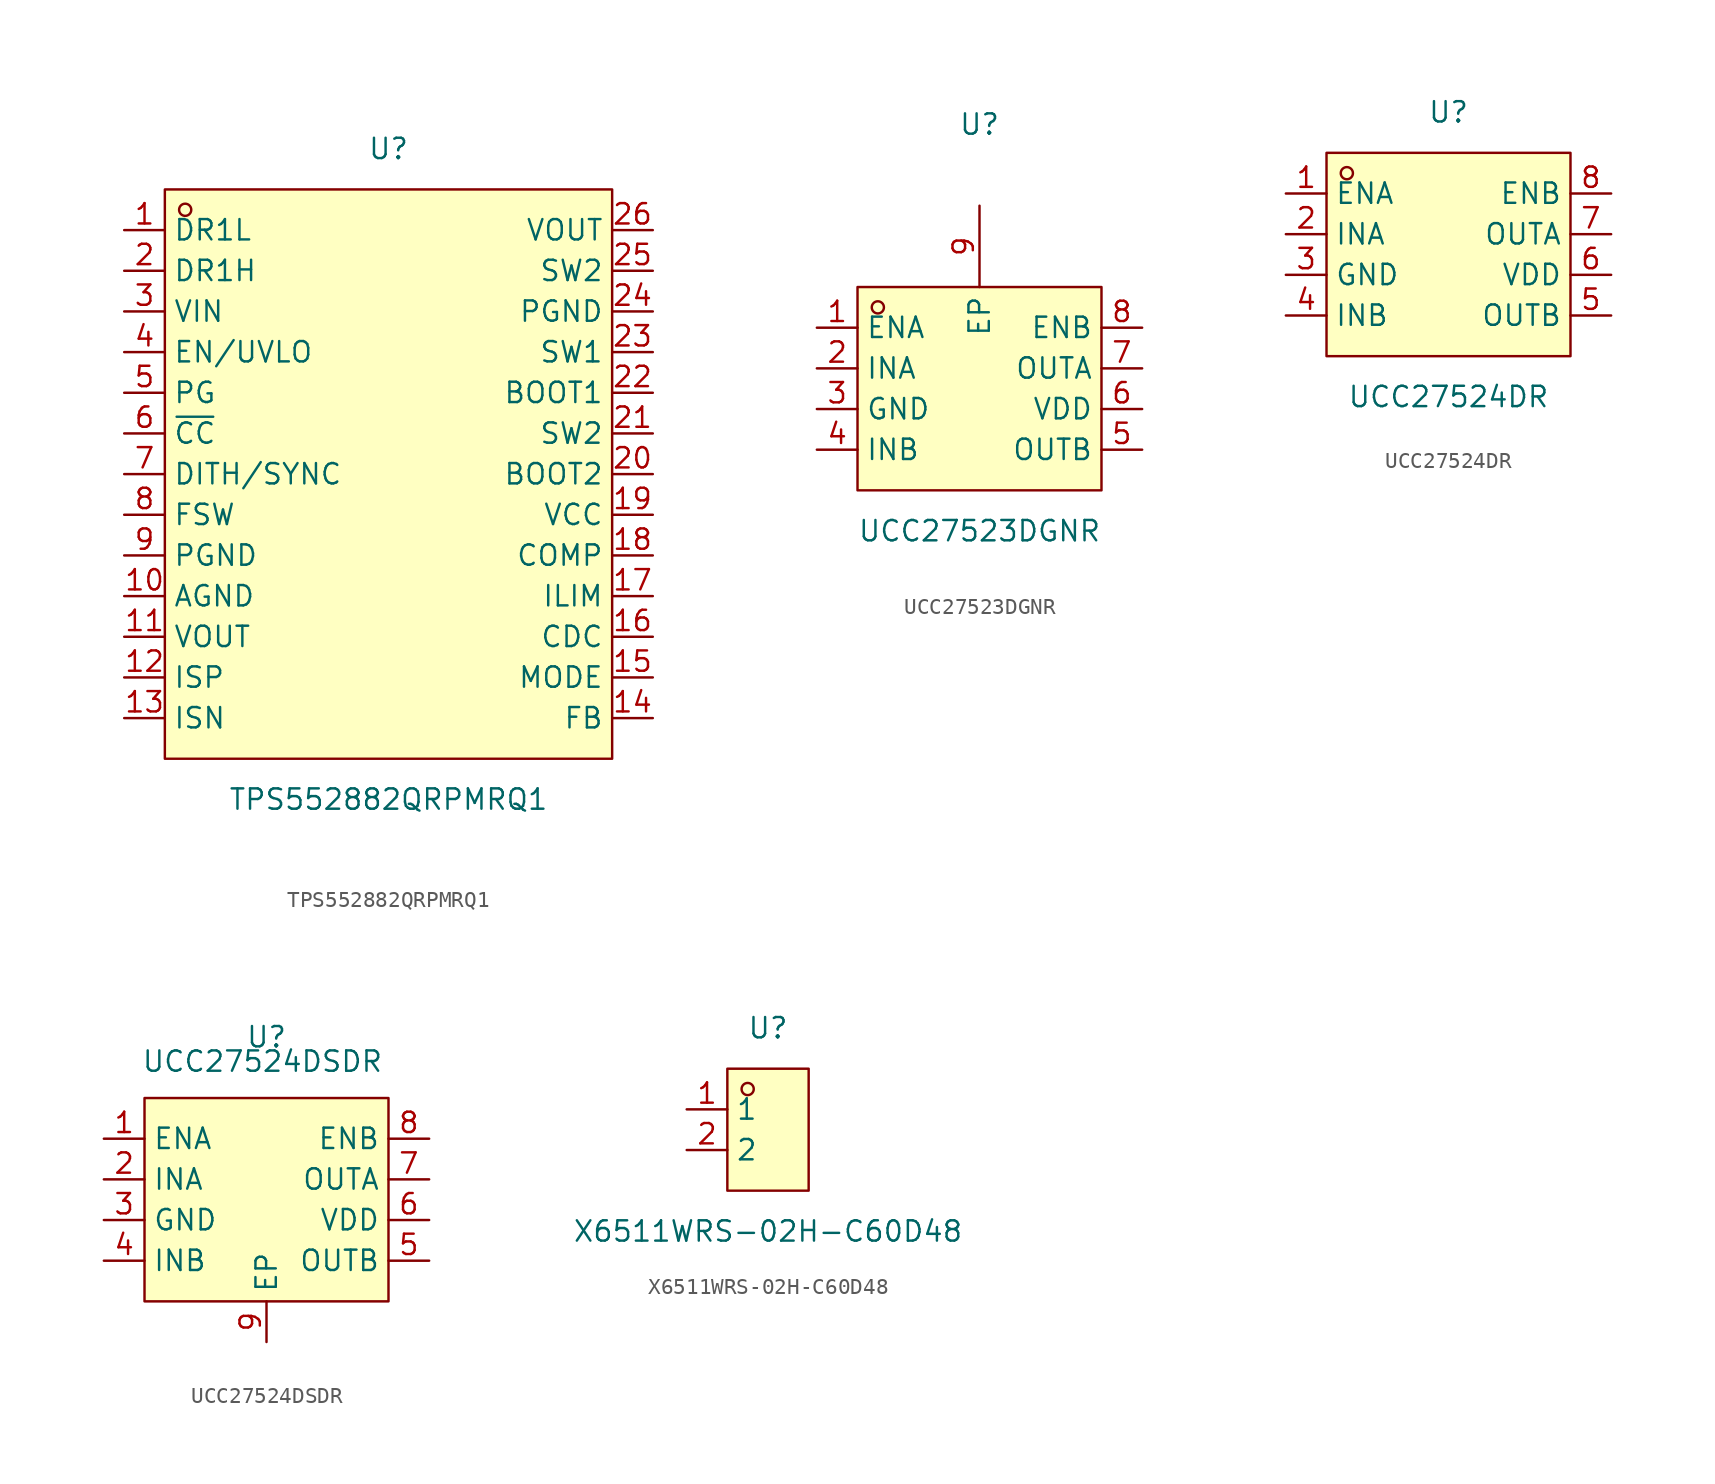
<source format=kicad_sym>
(kicad_symbol_lib
  (version 20231120)
  (generator "kicad_symbol_editor")
  (generator_version "8.0")
  (symbol "TPS552882QRPMRQ1"
    (property "Reference" "U"
      (at 0 20.32 0)
      (effects (font (size 1.27 1.27))))
    (property "Value" "TPS552882QRPMRQ1"
      (at 0 -20.32 0)
      (effects (font (size 1.27 1.27))))
    (symbol "TPS552882QRPMRQ1_0_1"
      (rectangle (start -13.97 17.78) (end 13.97 -17.78) (stroke (width 0) (type default)) (fill (type background)))
      (circle (center -12.7 16.51) (radius 0.38) (stroke (width 0) (type default)) (fill (type none)))
      (pin unspecified line (at -16.51 15.24 0) (length 2.54) (name "DR1L" (effects (font (size 1.27 1.27)))) (number "1" (effects (font (size 1.27 1.27)))))
      (pin unspecified line (at -16.51 -7.62 0) (length 2.54) (name "AGND" (effects (font (size 1.27 1.27)))) (number "10" (effects (font (size 1.27 1.27)))))
      (pin unspecified line (at -16.51 -10.16 0) (length 2.54) (name "VOUT" (effects (font (size 1.27 1.27)))) (number "11" (effects (font (size 1.27 1.27)))))
      (pin unspecified line (at -16.51 -12.7 0) (length 2.54) (name "ISP" (effects (font (size 1.27 1.27)))) (number "12" (effects (font (size 1.27 1.27)))))
      (pin unspecified line (at -16.51 -15.24 0) (length 2.54) (name "ISN" (effects (font (size 1.27 1.27)))) (number "13" (effects (font (size 1.27 1.27)))))
      (pin unspecified line (at 16.51 -15.24 180) (length 2.54) (name "FB" (effects (font (size 1.27 1.27)))) (number "14" (effects (font (size 1.27 1.27)))))
      (pin unspecified line (at 16.51 -12.7 180) (length 2.54) (name "MODE" (effects (font (size 1.27 1.27)))) (number "15" (effects (font (size 1.27 1.27)))))
      (pin unspecified line (at 16.51 -10.16 180) (length 2.54) (name "CDC" (effects (font (size 1.27 1.27)))) (number "16" (effects (font (size 1.27 1.27)))))
      (pin unspecified line (at 16.51 -7.62 180) (length 2.54) (name "ILIM" (effects (font (size 1.27 1.27)))) (number "17" (effects (font (size 1.27 1.27)))))
      (pin unspecified line (at 16.51 -5.08 180) (length 2.54) (name "COMP" (effects (font (size 1.27 1.27)))) (number "18" (effects (font (size 1.27 1.27)))))
      (pin unspecified line (at 16.51 -2.54 180) (length 2.54) (name "VCC" (effects (font (size 1.27 1.27)))) (number "19" (effects (font (size 1.27 1.27)))))
      (pin unspecified line (at -16.51 12.7 0) (length 2.54) (name "DR1H" (effects (font (size 1.27 1.27)))) (number "2" (effects (font (size 1.27 1.27)))))
      (pin unspecified line (at 16.51 0 180) (length 2.54) (name "BOOT2" (effects (font (size 1.27 1.27)))) (number "20" (effects (font (size 1.27 1.27)))))
      (pin unspecified line (at 16.51 2.54 180) (length 2.54) (name "SW2" (effects (font (size 1.27 1.27)))) (number "21" (effects (font (size 1.27 1.27)))))
      (pin unspecified line (at 16.51 5.08 180) (length 2.54) (name "BOOT1" (effects (font (size 1.27 1.27)))) (number "22" (effects (font (size 1.27 1.27)))))
      (pin unspecified line (at 16.51 7.62 180) (length 2.54) (name "SW1" (effects (font (size 1.27 1.27)))) (number "23" (effects (font (size 1.27 1.27)))))
      (pin unspecified line (at 16.51 10.16 180) (length 2.54) (name "PGND" (effects (font (size 1.27 1.27)))) (number "24" (effects (font (size 1.27 1.27)))))
      (pin unspecified line (at 16.51 12.7 180) (length 2.54) (name "SW2" (effects (font (size 1.27 1.27)))) (number "25" (effects (font (size 1.27 1.27)))))
      (pin unspecified line (at 16.51 15.24 180) (length 2.54) (name "VOUT" (effects (font (size 1.27 1.27)))) (number "26" (effects (font (size 1.27 1.27)))))
      (pin unspecified line (at -16.51 10.16 0) (length 2.54) (name "VIN" (effects (font (size 1.27 1.27)))) (number "3" (effects (font (size 1.27 1.27)))))
      (pin unspecified line (at -16.51 7.62 0) (length 2.54) (name "EN/UVLO" (effects (font (size 1.27 1.27)))) (number "4" (effects (font (size 1.27 1.27)))))
      (pin unspecified line (at -16.51 5.08 0) (length 2.54) (name "PG" (effects (font (size 1.27 1.27)))) (number "5" (effects (font (size 1.27 1.27)))))
      (pin unspecified line (at -16.51 2.54 0) (length 2.54) (name "~{CC}" (effects (font (size 1.27 1.27)))) (number "6" (effects (font (size 1.27 1.27)))))
      (pin unspecified line (at -16.51 0 0) (length 2.54) (name "DITH/SYNC" (effects (font (size 1.27 1.27)))) (number "7" (effects (font (size 1.27 1.27)))))
      (pin unspecified line (at -16.51 -2.54 0) (length 2.54) (name "FSW" (effects (font (size 1.27 1.27)))) (number "8" (effects (font (size 1.27 1.27)))))
      (pin unspecified line (at -16.51 -5.08 0) (length 2.54) (name "PGND" (effects (font (size 1.27 1.27)))) (number "9" (effects (font (size 1.27 1.27)))))))
  (symbol "UCC27523DGNR"
    (property "Reference" "U"
      (at 0 16.51 0)
      (effects (font (size 1.27 1.27))))
    (property "Value" "UCC27523DGNR"
      (at 0 -8.89 0)
      (effects (font (size 1.27 1.27))))
    (symbol "UCC27523DGNR_0_1"
      (rectangle (start -7.62 6.35) (end 7.62 -6.35) (stroke (width 0) (type default)) (fill (type background)))
      (circle (center -6.35 5.08) (radius 0.38) (stroke (width 0) (type default)) (fill (type none)))
      (pin unspecified line (at -10.16 3.81 0) (length 2.54) (name "ENA" (effects (font (size 1.27 1.27)))) (number "1" (effects (font (size 1.27 1.27)))))
      (pin unspecified line (at -10.16 1.27 0) (length 2.54) (name "INA" (effects (font (size 1.27 1.27)))) (number "2" (effects (font (size 1.27 1.27)))))
      (pin unspecified line (at -10.16 -1.27 0) (length 2.54) (name "GND" (effects (font (size 1.27 1.27)))) (number "3" (effects (font (size 1.27 1.27)))))
      (pin unspecified line (at -10.16 -3.81 0) (length 2.54) (name "INB" (effects (font (size 1.27 1.27)))) (number "4" (effects (font (size 1.27 1.27)))))
      (pin unspecified line (at 10.16 -3.81 180) (length 2.54) (name "OUTB" (effects (font (size 1.27 1.27)))) (number "5" (effects (font (size 1.27 1.27)))))
      (pin unspecified line (at 10.16 -1.27 180) (length 2.54) (name "VDD" (effects (font (size 1.27 1.27)))) (number "6" (effects (font (size 1.27 1.27)))))
      (pin unspecified line (at 10.16 1.27 180) (length 2.54) (name "OUTA" (effects (font (size 1.27 1.27)))) (number "7" (effects (font (size 1.27 1.27)))))
      (pin unspecified line (at 10.16 3.81 180) (length 2.54) (name "ENB" (effects (font (size 1.27 1.27)))) (number "8" (effects (font (size 1.27 1.27)))))
      (pin unspecified line (at 0 11.43 270) (length 5.08) (name "EP" (effects (font (size 1.27 1.27)))) (number "9" (effects (font (size 1.27 1.27)))))))
  (symbol "UCC27524DR"
    (property "Reference" "U"
      (at 0 8.89 0)
      (effects (font (size 1.27 1.27))))
    (property "Value" "UCC27524DR"
      (at 0 -8.89 0)
      (effects (font (size 1.27 1.27))))
    (symbol "UCC27524DR_0_1"
      (rectangle (start -7.62 6.35) (end 7.62 -6.35) (stroke (width 0) (type default)) (fill (type background)))
      (circle (center -6.35 5.08) (radius 0.38) (stroke (width 0) (type default)) (fill (type none)))
      (pin unspecified line (at -10.16 3.81 0) (length 2.54) (name "ENA" (effects (font (size 1.27 1.27)))) (number "1" (effects (font (size 1.27 1.27)))))
      (pin unspecified line (at -10.16 1.27 0) (length 2.54) (name "INA" (effects (font (size 1.27 1.27)))) (number "2" (effects (font (size 1.27 1.27)))))
      (pin unspecified line (at -10.16 -1.27 0) (length 2.54) (name "GND" (effects (font (size 1.27 1.27)))) (number "3" (effects (font (size 1.27 1.27)))))
      (pin unspecified line (at -10.16 -3.81 0) (length 2.54) (name "INB" (effects (font (size 1.27 1.27)))) (number "4" (effects (font (size 1.27 1.27)))))
      (pin unspecified line (at 10.16 -3.81 180) (length 2.54) (name "OUTB" (effects (font (size 1.27 1.27)))) (number "5" (effects (font (size 1.27 1.27)))))
      (pin unspecified line (at 10.16 -1.27 180) (length 2.54) (name "VDD" (effects (font (size 1.27 1.27)))) (number "6" (effects (font (size 1.27 1.27)))))
      (pin unspecified line (at 10.16 1.27 180) (length 2.54) (name "OUTA" (effects (font (size 1.27 1.27)))) (number "7" (effects (font (size 1.27 1.27)))))
      (pin unspecified line (at 10.16 3.81 180) (length 2.54) (name "ENB" (effects (font (size 1.27 1.27)))) (number "8" (effects (font (size 1.27 1.27)))))))
  (symbol "UCC27524DSDR"
    (property "Reference" "U"
      (at 0 10.16 0)
      (effects (font (size 1.27 1.27))))
    (property "Value" "UCC27524DSDR"
      (at -0.254 8.636 0)
      (effects (font (size 1.27 1.27))))
    (symbol "UCC27524DSDR_0_1"
      (rectangle (start -7.62 6.35) (end 7.62 -6.35) (stroke (width 0) (type default)) (fill (type background)))
      (pin unspecified line (at -10.16 3.81 0) (length 2.54) (name "ENA" (effects (font (size 1.27 1.27)))) (number "1" (effects (font (size 1.27 1.27)))))
      (pin unspecified line (at -10.16 1.27 0) (length 2.54) (name "INA" (effects (font (size 1.27 1.27)))) (number "2" (effects (font (size 1.27 1.27)))))
      (pin unspecified line (at -10.16 -1.27 0) (length 2.54) (name "GND" (effects (font (size 1.27 1.27)))) (number "3" (effects (font (size 1.27 1.27)))))
      (pin unspecified line (at -10.16 -3.81 0) (length 2.54) (name "INB" (effects (font (size 1.27 1.27)))) (number "4" (effects (font (size 1.27 1.27)))))
      (pin unspecified line (at 10.16 -3.81 180) (length 2.54) (name "OUTB" (effects (font (size 1.27 1.27)))) (number "5" (effects (font (size 1.27 1.27)))))
      (pin unspecified line (at 10.16 -1.27 180) (length 2.54) (name "VDD" (effects (font (size 1.27 1.27)))) (number "6" (effects (font (size 1.27 1.27)))))
      (pin unspecified line (at 10.16 1.27 180) (length 2.54) (name "OUTA" (effects (font (size 1.27 1.27)))) (number "7" (effects (font (size 1.27 1.27)))))
      (pin unspecified line (at 10.16 3.81 180) (length 2.54) (name "ENB" (effects (font (size 1.27 1.27)))) (number "8" (effects (font (size 1.27 1.27)))))
      (pin unspecified line (at 0 -8.89 90) (length 2.54) (name "EP" (effects (font (size 1.27 1.27)))) (number "9" (effects (font (size 1.27 1.27)))))))
  (symbol "X6511WRS-02H-C60D48"
    (property "Reference" "U"
      (at 0 6.35 0)
      (effects (font (size 1.27 1.27))))
    (property "Value" "X6511WRS-02H-C60D48"
      (at 0 -6.35 0)
      (effects (font (size 1.27 1.27))))
    (symbol "X6511WRS-02H-C60D48_0_1"
      (rectangle (start -2.54 3.81) (end 2.54 -3.81) (stroke (width 0) (type default)) (fill (type background)))
      (circle (center -1.27 2.54) (radius 0.38) (stroke (width 0) (type default)) (fill (type none)))
      (pin unspecified line (at -5.08 1.27 0) (length 2.54) (name "1" (effects (font (size 1.27 1.27)))) (number "1" (effects (font (size 1.27 1.27)))))
      (pin unspecified line (at -5.08 -1.27 0) (length 2.54) (name "2" (effects (font (size 1.27 1.27)))) (number "2" (effects (font (size 1.27 1.27))))))))
</source>
